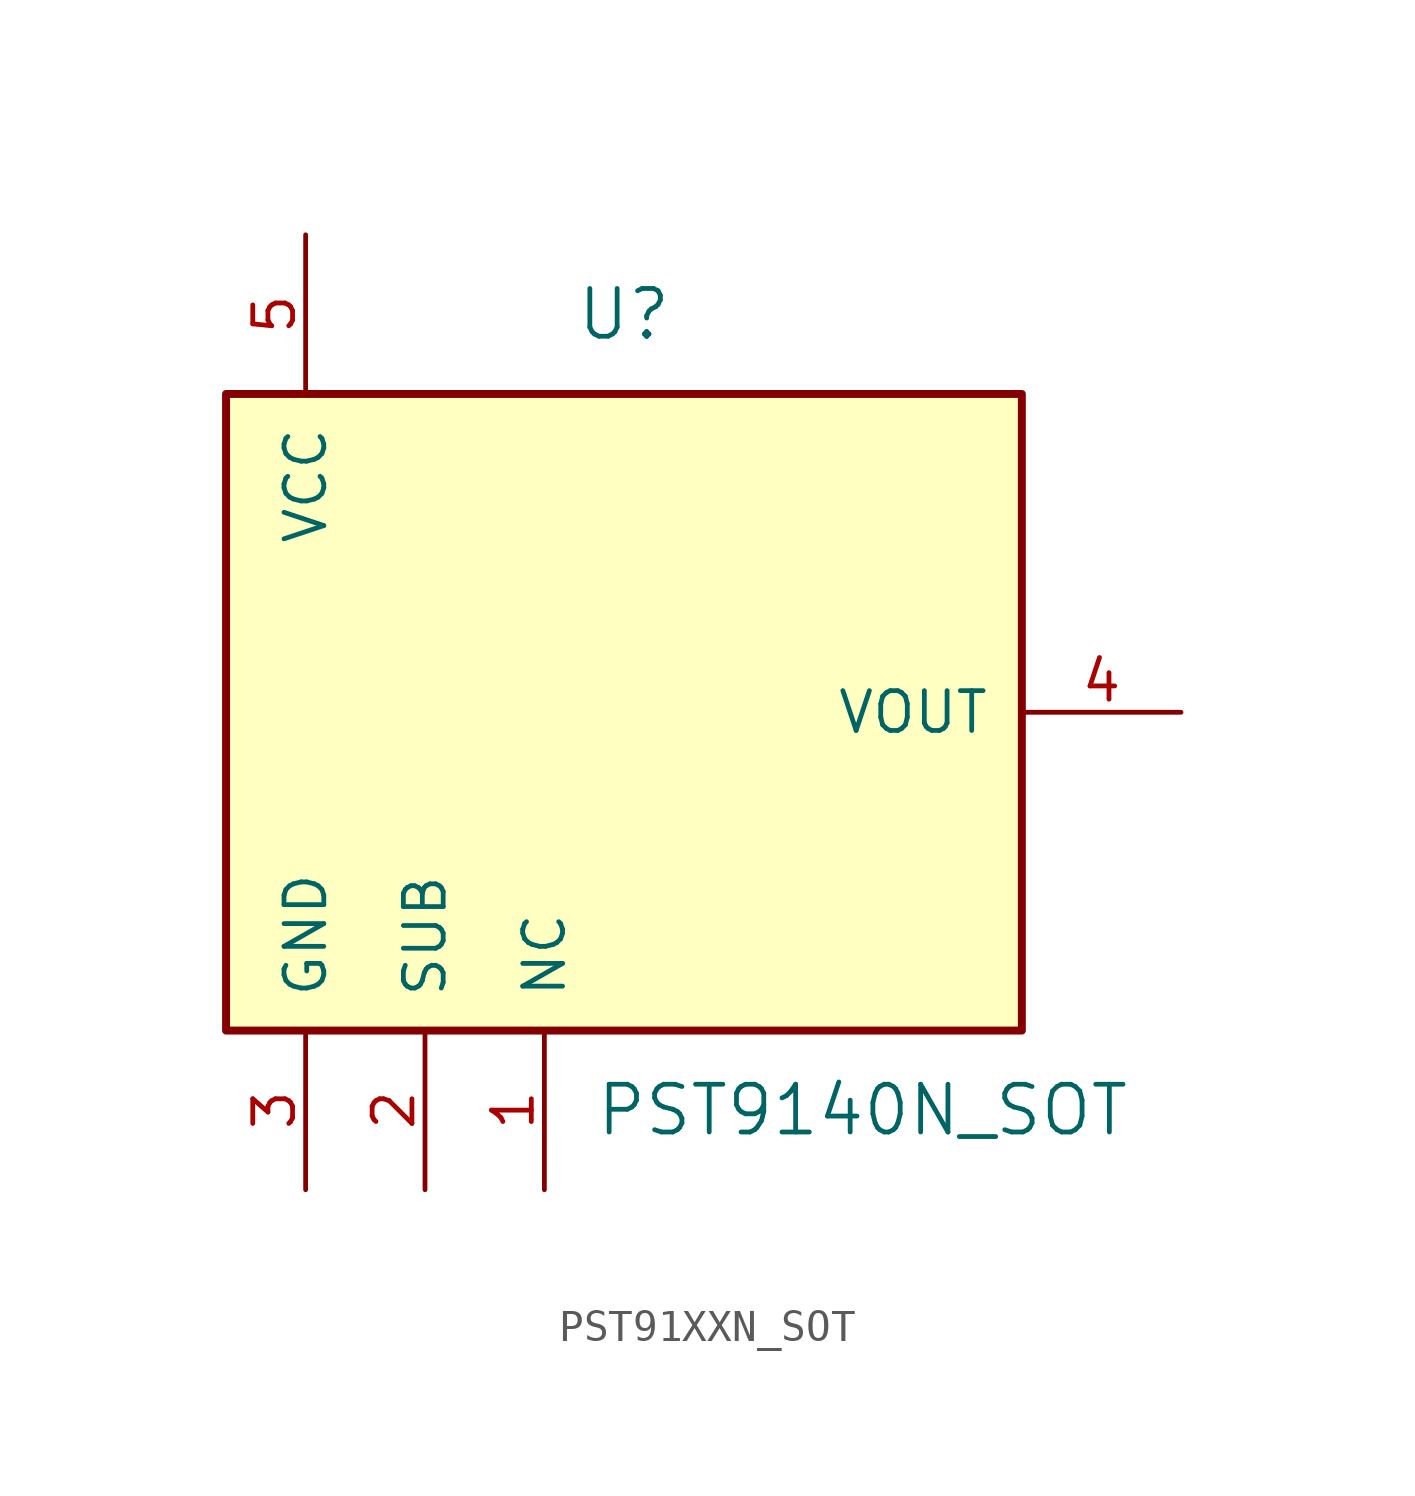
<source format=kicad_sym>
(kicad_symbol_lib
  (version 20231120)
  (generator "kicad_symbol_editor")
  (generator_version "8.0")
  (symbol "PST91XXN_SOT"
    (pin_names
      (offset 1.016))
    (property "Reference" "U"
      (at 0 12.7 0)
      (effects (font (size 1.524 1.524))))
    (property "Value" "PST9140N_SOT"
      (at 7.62 -12.7 0)
      (effects (font (size 1.524 1.524))))
    (symbol "PST91XXN_SOT_1_1"
      (rectangle (start -12.7 10.16) (end 12.7 -10.16) (stroke (width 0.254) (type solid)) (fill (type background)))
      (pin passive line (at -2.54 -15.24 90) (length 5.08) (name "NC" (effects (font (size 1.27 1.27)))) (number "1" (effects (font (size 1.27 1.27)))))
      (pin input line (at -6.35 -15.24 90) (length 5.08) (name "SUB" (effects (font (size 1.27 1.27)))) (number "2" (effects (font (size 1.27 1.27)))))
      (pin power_in line (at -10.16 -15.24 90) (length 5.08) (name "GND" (effects (font (size 1.27 1.27)))) (number "3" (effects (font (size 1.27 1.27)))))
      (pin output line (at 17.78 0 180) (length 5.08) (name "VOUT" (effects (font (size 1.27 1.27)))) (number "4" (effects (font (size 1.27 1.27)))))
      (pin power_in line (at -10.16 15.24 270) (length 5.08) (name "VCC" (effects (font (size 1.27 1.27)))) (number "5" (effects (font (size 1.27 1.27))))))))
</source>
